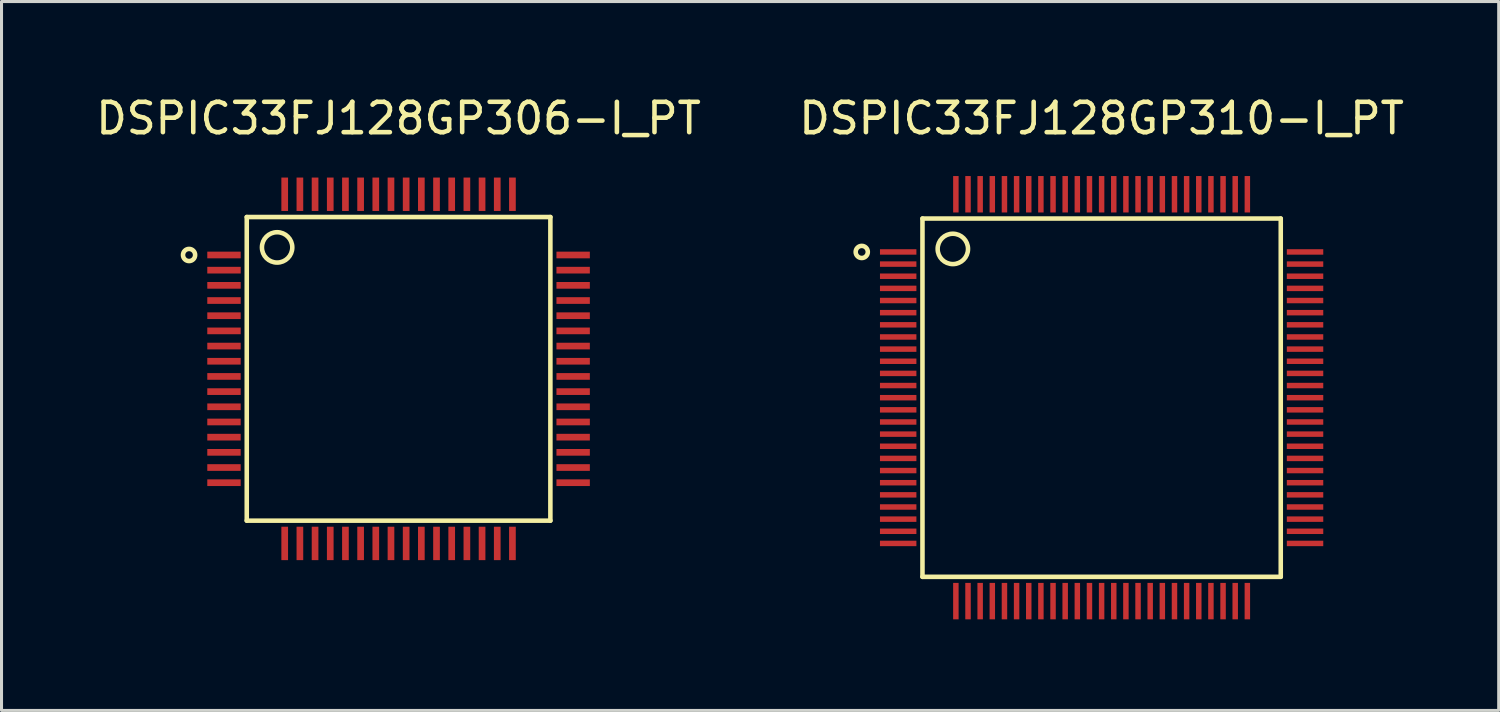
<source format=kicad_pcb>
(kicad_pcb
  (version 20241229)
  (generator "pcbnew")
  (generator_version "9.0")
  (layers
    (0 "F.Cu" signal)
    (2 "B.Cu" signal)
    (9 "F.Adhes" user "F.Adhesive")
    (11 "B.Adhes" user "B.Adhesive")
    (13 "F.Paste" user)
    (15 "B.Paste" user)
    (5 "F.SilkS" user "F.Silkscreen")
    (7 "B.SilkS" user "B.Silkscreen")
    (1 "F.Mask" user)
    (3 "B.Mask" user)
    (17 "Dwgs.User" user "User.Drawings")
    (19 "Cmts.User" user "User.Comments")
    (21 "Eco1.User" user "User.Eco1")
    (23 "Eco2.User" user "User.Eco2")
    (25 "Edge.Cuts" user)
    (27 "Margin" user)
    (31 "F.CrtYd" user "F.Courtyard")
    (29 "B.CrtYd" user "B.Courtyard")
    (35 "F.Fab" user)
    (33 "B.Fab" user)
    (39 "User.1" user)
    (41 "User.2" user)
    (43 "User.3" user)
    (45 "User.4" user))
  (footprint "DSPIC33FJ128GP310-I_PT"
    (layer "F.Cu")
    (at 26.532 3.348)
    (property "Reference" "DSPIC33FJ128GP310-I_PT" (at 6.7 -2.5 0) (layer "F.SilkS") (effects (font (size 1 1) (thickness 0.15))))
    (attr through_hole)
    (fp_line (start 0.8 0.8) (end 0.8 12.6) (stroke (width 0.15) (type solid)) (layer "F.SilkS"))
    (fp_line (start 0.8 0.8) (end 12.6 0.8) (stroke (width 0.15) (type solid)) (layer "F.SilkS"))
    (fp_line (start 0.8 12.6) (end 12.6 12.6) (stroke (width 0.15) (type solid)) (layer "F.SilkS"))
    (fp_line (start 12.6 12.6) (end 12.6 0.8) (stroke (width 0.15) (type solid)) (layer "F.SilkS"))
    (fp_circle (center -1.2 1.9) (end -1.2 1.7) (stroke (width 0.15) (type solid)) (fill no) (layer "F.SilkS"))
    (fp_circle (center 1.8 1.8) (end 1.8 1.3) (stroke (width 0.15) (type solid)) (fill no) (layer "F.SilkS"))
    (pad "1" smd rect (at 0 1.9) (size 1.2 0.18) (layers "F.Cu" "F.Mask" "F.Paste"))
    (pad "2" smd rect (at 0 2.3) (size 1.2 0.18) (layers "F.Cu" "F.Mask" "F.Paste"))
    (pad "3" smd rect (at 0 2.7) (size 1.2 0.18) (layers "F.Cu" "F.Mask" "F.Paste"))
    (pad "4" smd rect (at 0 3.1) (size 1.2 0.18) (layers "F.Cu" "F.Mask" "F.Paste"))
    (pad "5" smd rect (at 0 3.5) (size 1.2 0.18) (layers "F.Cu" "F.Mask" "F.Paste"))
    (pad "6" smd rect (at 0 3.9) (size 1.2 0.18) (layers "F.Cu" "F.Mask" "F.Paste"))
    (pad "7" smd rect (at 0 4.3) (size 1.2 0.18) (layers "F.Cu" "F.Mask" "F.Paste"))
    (pad "8" smd rect (at 0 4.7) (size 1.2 0.18) (layers "F.Cu" "F.Mask" "F.Paste"))
    (pad "9" smd rect (at 0 5.1) (size 1.2 0.18) (layers "F.Cu" "F.Mask" "F.Paste"))
    (pad "10" smd rect (at 0 5.5) (size 1.2 0.18) (layers "F.Cu" "F.Mask" "F.Paste"))
    (pad "11" smd rect (at 0 5.9) (size 1.2 0.18) (layers "F.Cu" "F.Mask" "F.Paste"))
    (pad "12" smd rect (at 0 6.3) (size 1.2 0.18) (layers "F.Cu" "F.Mask" "F.Paste"))
    (pad "13" smd rect (at 0 6.7) (size 1.2 0.18) (layers "F.Cu" "F.Mask" "F.Paste"))
    (pad "14" smd rect (at 0 7.1) (size 1.2 0.18) (layers "F.Cu" "F.Mask" "F.Paste"))
    (pad "15" smd rect (at 0 7.5) (size 1.2 0.18) (layers "F.Cu" "F.Mask" "F.Paste"))
    (pad "16" smd rect (at 0 7.9) (size 1.2 0.18) (layers "F.Cu" "F.Mask" "F.Paste"))
    (pad "17" smd rect (at 0 8.3) (size 1.2 0.18) (layers "F.Cu" "F.Mask" "F.Paste"))
    (pad "18" smd rect (at 0 8.7) (size 1.2 0.18) (layers "F.Cu" "F.Mask" "F.Paste"))
    (pad "19" smd rect (at 0 9.1) (size 1.2 0.18) (layers "F.Cu" "F.Mask" "F.Paste"))
    (pad "20" smd rect (at 0 9.5) (size 1.2 0.18) (layers "F.Cu" "F.Mask" "F.Paste"))
    (pad "21" smd rect (at 0 9.9) (size 1.2 0.18) (layers "F.Cu" "F.Mask" "F.Paste"))
    (pad "22" smd rect (at 0 10.3) (size 1.2 0.18) (layers "F.Cu" "F.Mask" "F.Paste"))
    (pad "23" smd rect (at 0 10.7) (size 1.2 0.18) (layers "F.Cu" "F.Mask" "F.Paste"))
    (pad "24" smd rect (at 0 11.1) (size 1.2 0.18) (layers "F.Cu" "F.Mask" "F.Paste"))
    (pad "25" smd rect (at 0 11.5) (size 1.2 0.18) (layers "F.Cu" "F.Mask" "F.Paste"))
    (pad "26" smd rect (at 1.9 13.4) (size 0.18 1.2) (layers "F.Cu" "F.Mask" "F.Paste"))
    (pad "27" smd rect (at 2.3 13.4) (size 0.18 1.2) (layers "F.Cu" "F.Mask" "F.Paste"))
    (pad "28" smd rect (at 2.7 13.4) (size 0.18 1.2) (layers "F.Cu" "F.Mask" "F.Paste"))
    (pad "29" smd rect (at 3.1 13.4) (size 0.18 1.2) (layers "F.Cu" "F.Mask" "F.Paste"))
    (pad "30" smd rect (at 3.5 13.4) (size 0.18 1.2) (layers "F.Cu" "F.Mask" "F.Paste"))
    (pad "31" smd rect (at 3.9 13.4) (size 0.18 1.2) (layers "F.Cu" "F.Mask" "F.Paste"))
    (pad "32" smd rect (at 4.3 13.4) (size 0.18 1.2) (layers "F.Cu" "F.Mask" "F.Paste"))
    (pad "33" smd rect (at 4.7 13.4) (size 0.18 1.2) (layers "F.Cu" "F.Mask" "F.Paste"))
    (pad "34" smd rect (at 5.1 13.4) (size 0.18 1.2) (layers "F.Cu" "F.Mask" "F.Paste"))
    (pad "35" smd rect (at 5.5 13.4) (size 0.18 1.2) (layers "F.Cu" "F.Mask" "F.Paste"))
    (pad "36" smd rect (at 5.9 13.4) (size 0.18 1.2) (layers "F.Cu" "F.Mask" "F.Paste"))
    (pad "37" smd rect (at 6.3 13.4) (size 0.18 1.2) (layers "F.Cu" "F.Mask" "F.Paste"))
    (pad "38" smd rect (at 6.7 13.4) (size 0.18 1.2) (layers "F.Cu" "F.Mask" "F.Paste"))
    (pad "39" smd rect (at 7.1 13.4) (size 0.18 1.2) (layers "F.Cu" "F.Mask" "F.Paste"))
    (pad "40" smd rect (at 7.5 13.4) (size 0.18 1.2) (layers "F.Cu" "F.Mask" "F.Paste"))
    (pad "41" smd rect (at 7.9 13.4) (size 0.18 1.2) (layers "F.Cu" "F.Mask" "F.Paste"))
    (pad "42" smd rect (at 8.3 13.4) (size 0.18 1.2) (layers "F.Cu" "F.Mask" "F.Paste"))
    (pad "43" smd rect (at 8.7 13.4) (size 0.18 1.2) (layers "F.Cu" "F.Mask" "F.Paste"))
    (pad "44" smd rect (at 9.1 13.4) (size 0.18 1.2) (layers "F.Cu" "F.Mask" "F.Paste"))
    (pad "45" smd rect (at 9.5 13.4) (size 0.18 1.2) (layers "F.Cu" "F.Mask" "F.Paste"))
    (pad "46" smd rect (at 9.9 13.4) (size 0.18 1.2) (layers "F.Cu" "F.Mask" "F.Paste"))
    (pad "47" smd rect (at 10.3 13.4) (size 0.18 1.2) (layers "F.Cu" "F.Mask" "F.Paste"))
    (pad "48" smd rect (at 10.7 13.4) (size 0.18 1.2) (layers "F.Cu" "F.Mask" "F.Paste"))
    (pad "49" smd rect (at 11.1 13.4) (size 0.18 1.2) (layers "F.Cu" "F.Mask" "F.Paste"))
    (pad "50" smd rect (at 11.5 13.4) (size 0.18 1.2) (layers "F.Cu" "F.Mask" "F.Paste"))
    (pad "51" smd rect (at 13.4 11.5) (size 1.2 0.18) (layers "F.Cu" "F.Mask" "F.Paste"))
    (pad "52" smd rect (at 13.4 11.1) (size 1.2 0.18) (layers "F.Cu" "F.Mask" "F.Paste"))
    (pad "53" smd rect (at 13.4 10.7) (size 1.2 0.18) (layers "F.Cu" "F.Mask" "F.Paste"))
    (pad "54" smd rect (at 13.4 10.3) (size 1.2 0.18) (layers "F.Cu" "F.Mask" "F.Paste"))
    (pad "55" smd rect (at 13.4 9.9) (size 1.2 0.18) (layers "F.Cu" "F.Mask" "F.Paste"))
    (pad "56" smd rect (at 13.4 9.5) (size 1.2 0.18) (layers "F.Cu" "F.Mask" "F.Paste"))
    (pad "57" smd rect (at 13.4 9.1) (size 1.2 0.18) (layers "F.Cu" "F.Mask" "F.Paste"))
    (pad "58" smd rect (at 13.4 8.7) (size 1.2 0.18) (layers "F.Cu" "F.Mask" "F.Paste"))
    (pad "59" smd rect (at 13.4 8.3) (size 1.2 0.18) (layers "F.Cu" "F.Mask" "F.Paste"))
    (pad "60" smd rect (at 13.4 7.9) (size 1.2 0.18) (layers "F.Cu" "F.Mask" "F.Paste"))
    (pad "61" smd rect (at 13.4 7.5) (size 1.2 0.18) (layers "F.Cu" "F.Mask" "F.Paste"))
    (pad "62" smd rect (at 13.4 7.1) (size 1.2 0.18) (layers "F.Cu" "F.Mask" "F.Paste"))
    (pad "63" smd rect (at 13.4 6.7) (size 1.2 0.18) (layers "F.Cu" "F.Mask" "F.Paste"))
    (pad "64" smd rect (at 13.4 6.3) (size 1.2 0.18) (layers "F.Cu" "F.Mask" "F.Paste"))
    (pad "65" smd rect (at 13.4 5.9) (size 1.2 0.18) (layers "F.Cu" "F.Mask" "F.Paste"))
    (pad "66" smd rect (at 13.4 5.5) (size 1.2 0.18) (layers "F.Cu" "F.Mask" "F.Paste"))
    (pad "67" smd rect (at 13.4 5.1) (size 1.2 0.18) (layers "F.Cu" "F.Mask" "F.Paste"))
    (pad "68" smd rect (at 13.4 4.7) (size 1.2 0.18) (layers "F.Cu" "F.Mask" "F.Paste"))
    (pad "69" smd rect (at 13.4 4.3) (size 1.2 0.18) (layers "F.Cu" "F.Mask" "F.Paste"))
    (pad "70" smd rect (at 13.4 3.9) (size 1.2 0.18) (layers "F.Cu" "F.Mask" "F.Paste"))
    (pad "71" smd rect (at 13.4 3.5) (size 1.2 0.18) (layers "F.Cu" "F.Mask" "F.Paste"))
    (pad "72" smd rect (at 13.4 3.1) (size 1.2 0.18) (layers "F.Cu" "F.Mask" "F.Paste"))
    (pad "73" smd rect (at 13.4 2.7) (size 1.2 0.18) (layers "F.Cu" "F.Mask" "F.Paste"))
    (pad "74" smd rect (at 13.4 2.3) (size 1.2 0.18) (layers "F.Cu" "F.Mask" "F.Paste"))
    (pad "75" smd rect (at 13.4 1.9) (size 1.2 0.18) (layers "F.Cu" "F.Mask" "F.Paste"))
    (pad "76" smd rect (at 11.5 0) (size 0.18 1.2) (layers "F.Cu" "F.Mask" "F.Paste"))
    (pad "77" smd rect (at 11.1 0) (size 0.18 1.2) (layers "F.Cu" "F.Mask" "F.Paste"))
    (pad "78" smd rect (at 10.7 0) (size 0.18 1.2) (layers "F.Cu" "F.Mask" "F.Paste"))
    (pad "79" smd rect (at 10.3 0) (size 0.18 1.2) (layers "F.Cu" "F.Mask" "F.Paste"))
    (pad "80" smd rect (at 9.9 0) (size 0.18 1.2) (layers "F.Cu" "F.Mask" "F.Paste"))
    (pad "81" smd rect (at 9.5 0) (size 0.18 1.2) (layers "F.Cu" "F.Mask" "F.Paste"))
    (pad "82" smd rect (at 9.1 0) (size 0.18 1.2) (layers "F.Cu" "F.Mask" "F.Paste"))
    (pad "83" smd rect (at 8.7 0) (size 0.18 1.2) (layers "F.Cu" "F.Mask" "F.Paste"))
    (pad "84" smd rect (at 8.3 0) (size 0.18 1.2) (layers "F.Cu" "F.Mask" "F.Paste"))
    (pad "85" smd rect (at 7.9 0) (size 0.18 1.2) (layers "F.Cu" "F.Mask" "F.Paste"))
    (pad "86" smd rect (at 7.5 0) (size 0.18 1.2) (layers "F.Cu" "F.Mask" "F.Paste"))
    (pad "87" smd rect (at 7.1 0) (size 0.18 1.2) (layers "F.Cu" "F.Mask" "F.Paste"))
    (pad "88" smd rect (at 6.7 0) (size 0.18 1.2) (layers "F.Cu" "F.Mask" "F.Paste"))
    (pad "89" smd rect (at 6.3 0) (size 0.18 1.2) (layers "F.Cu" "F.Mask" "F.Paste"))
    (pad "90" smd rect (at 5.9 0) (size 0.18 1.2) (layers "F.Cu" "F.Mask" "F.Paste"))
    (pad "91" smd rect (at 5.5 0) (size 0.18 1.2) (layers "F.Cu" "F.Mask" "F.Paste"))
    (pad "92" smd rect (at 5.1 0) (size 0.18 1.2) (layers "F.Cu" "F.Mask" "F.Paste"))
    (pad "93" smd rect (at 4.7 0) (size 0.18 1.2) (layers "F.Cu" "F.Mask" "F.Paste"))
    (pad "94" smd rect (at 4.3 0) (size 0.18 1.2) (layers "F.Cu" "F.Mask" "F.Paste"))
    (pad "95" smd rect (at 3.9 0) (size 0.18 1.2) (layers "F.Cu" "F.Mask" "F.Paste"))
    (pad "96" smd rect (at 3.5 0) (size 0.18 1.2) (layers "F.Cu" "F.Mask" "F.Paste"))
    (pad "97" smd rect (at 3.1 0) (size 0.18 1.2) (layers "F.Cu" "F.Mask" "F.Paste"))
    (pad "98" smd rect (at 2.7 0) (size 0.18 1.2) (layers "F.Cu" "F.Mask" "F.Paste"))
    (pad "99" smd rect (at 2.3 0) (size 0.18 1.2) (layers "F.Cu" "F.Mask" "F.Paste"))
    (pad "100" smd rect (at 1.9 0) (size 0.18 1.2) (layers "F.Cu" "F.Mask" "F.Paste")))
  (footprint "DSPIC33FJ128GP306-I_PT"
    (layer "F.Cu")
    (at 4.327 3.348)
    (property "Reference" "DSPIC33FJ128GP306-I_PT" (at 5.75 -2.5 0) (layer "F.SilkS") (effects (font (size 1 1) (thickness 0.15))))
    (attr through_hole)
    (fp_line (start 0.75 0.75) (end 0.75 10.75) (stroke (width 0.15) (type solid)) (layer "F.SilkS"))
    (fp_line (start 0.75 0.75) (end 10.75 0.75) (stroke (width 0.15) (type solid)) (layer "F.SilkS"))
    (fp_line (start 0.75 10.75) (end 10.75 10.75) (stroke (width 0.15) (type solid)) (layer "F.SilkS"))
    (fp_line (start 10.75 10.75) (end 10.75 0.75) (stroke (width 0.15) (type solid)) (layer "F.SilkS"))
    (fp_circle (center -1.15 2) (end -1.15 1.8) (stroke (width 0.15) (type solid)) (fill no) (layer "F.SilkS"))
    (fp_circle (center 1.75 1.75) (end 1.75 1.25) (stroke (width 0.15) (type solid)) (fill no) (layer "F.SilkS"))
    (pad "1" smd rect (at 0 2) (size 1.1 0.22) (layers "F.Cu" "F.Mask" "F.Paste"))
    (pad "2" smd rect (at 0 2.5) (size 1.1 0.22) (layers "F.Cu" "F.Mask" "F.Paste"))
    (pad "3" smd rect (at 0 3) (size 1.1 0.22) (layers "F.Cu" "F.Mask" "F.Paste"))
    (pad "4" smd rect (at 0 3.5) (size 1.1 0.22) (layers "F.Cu" "F.Mask" "F.Paste"))
    (pad "5" smd rect (at 0 4) (size 1.1 0.22) (layers "F.Cu" "F.Mask" "F.Paste"))
    (pad "6" smd rect (at 0 4.5) (size 1.1 0.22) (layers "F.Cu" "F.Mask" "F.Paste"))
    (pad "7" smd rect (at 0 5) (size 1.1 0.22) (layers "F.Cu" "F.Mask" "F.Paste"))
    (pad "8" smd rect (at 0 5.5) (size 1.1 0.22) (layers "F.Cu" "F.Mask" "F.Paste"))
    (pad "9" smd rect (at 0 6) (size 1.1 0.22) (layers "F.Cu" "F.Mask" "F.Paste"))
    (pad "10" smd rect (at 0 6.5) (size 1.1 0.22) (layers "F.Cu" "F.Mask" "F.Paste"))
    (pad "11" smd rect (at 0 7) (size 1.1 0.22) (layers "F.Cu" "F.Mask" "F.Paste"))
    (pad "12" smd rect (at 0 7.5) (size 1.1 0.22) (layers "F.Cu" "F.Mask" "F.Paste"))
    (pad "13" smd rect (at 0 8) (size 1.1 0.22) (layers "F.Cu" "F.Mask" "F.Paste"))
    (pad "14" smd rect (at 0 8.5) (size 1.1 0.22) (layers "F.Cu" "F.Mask" "F.Paste"))
    (pad "15" smd rect (at 0 9) (size 1.1 0.22) (layers "F.Cu" "F.Mask" "F.Paste"))
    (pad "16" smd rect (at 0 9.5) (size 1.1 0.22) (layers "F.Cu" "F.Mask" "F.Paste"))
    (pad "17" smd rect (at 2 11.5) (size 0.22 1.1) (layers "F.Cu" "F.Mask" "F.Paste"))
    (pad "18" smd rect (at 2.5 11.5) (size 0.22 1.1) (layers "F.Cu" "F.Mask" "F.Paste"))
    (pad "19" smd rect (at 3 11.5) (size 0.22 1.1) (layers "F.Cu" "F.Mask" "F.Paste"))
    (pad "20" smd rect (at 3.5 11.5) (size 0.22 1.1) (layers "F.Cu" "F.Mask" "F.Paste"))
    (pad "21" smd rect (at 4 11.5) (size 0.22 1.1) (layers "F.Cu" "F.Mask" "F.Paste"))
    (pad "22" smd rect (at 4.5 11.5) (size 0.22 1.1) (layers "F.Cu" "F.Mask" "F.Paste"))
    (pad "23" smd rect (at 5 11.5) (size 0.22 1.1) (layers "F.Cu" "F.Mask" "F.Paste"))
    (pad "24" smd rect (at 5.5 11.5) (size 0.22 1.1) (layers "F.Cu" "F.Mask" "F.Paste"))
    (pad "25" smd rect (at 6 11.5) (size 0.22 1.1) (layers "F.Cu" "F.Mask" "F.Paste"))
    (pad "26" smd rect (at 6.5 11.5) (size 0.22 1.1) (layers "F.Cu" "F.Mask" "F.Paste"))
    (pad "27" smd rect (at 7 11.5) (size 0.22 1.1) (layers "F.Cu" "F.Mask" "F.Paste"))
    (pad "28" smd rect (at 7.5 11.5) (size 0.22 1.1) (layers "F.Cu" "F.Mask" "F.Paste"))
    (pad "29" smd rect (at 8 11.5) (size 0.22 1.1) (layers "F.Cu" "F.Mask" "F.Paste"))
    (pad "30" smd rect (at 8.5 11.5) (size 0.22 1.1) (layers "F.Cu" "F.Mask" "F.Paste"))
    (pad "31" smd rect (at 9 11.5) (size 0.22 1.1) (layers "F.Cu" "F.Mask" "F.Paste"))
    (pad "32" smd rect (at 9.5 11.5) (size 0.22 1.1) (layers "F.Cu" "F.Mask" "F.Paste"))
    (pad "33" smd rect (at 11.5 9.5) (size 1.1 0.22) (layers "F.Cu" "F.Mask" "F.Paste"))
    (pad "34" smd rect (at 11.5 9) (size 1.1 0.22) (layers "F.Cu" "F.Mask" "F.Paste"))
    (pad "35" smd rect (at 11.5 8.5) (size 1.1 0.22) (layers "F.Cu" "F.Mask" "F.Paste"))
    (pad "36" smd rect (at 11.5 8) (size 1.1 0.22) (layers "F.Cu" "F.Mask" "F.Paste"))
    (pad "37" smd rect (at 11.5 7.5) (size 1.1 0.22) (layers "F.Cu" "F.Mask" "F.Paste"))
    (pad "38" smd rect (at 11.5 7) (size 1.1 0.22) (layers "F.Cu" "F.Mask" "F.Paste"))
    (pad "39" smd rect (at 11.5 6.5) (size 1.1 0.22) (layers "F.Cu" "F.Mask" "F.Paste"))
    (pad "40" smd rect (at 11.5 6) (size 1.1 0.22) (layers "F.Cu" "F.Mask" "F.Paste"))
    (pad "41" smd rect (at 11.5 5.5) (size 1.1 0.22) (layers "F.Cu" "F.Mask" "F.Paste"))
    (pad "42" smd rect (at 11.5 5) (size 1.1 0.22) (layers "F.Cu" "F.Mask" "F.Paste"))
    (pad "43" smd rect (at 11.5 4.5) (size 1.1 0.22) (layers "F.Cu" "F.Mask" "F.Paste"))
    (pad "44" smd rect (at 11.5 4) (size 1.1 0.22) (layers "F.Cu" "F.Mask" "F.Paste"))
    (pad "45" smd rect (at 11.5 3.5) (size 1.1 0.22) (layers "F.Cu" "F.Mask" "F.Paste"))
    (pad "46" smd rect (at 11.5 3) (size 1.1 0.22) (layers "F.Cu" "F.Mask" "F.Paste"))
    (pad "47" smd rect (at 11.5 2.5) (size 1.1 0.22) (layers "F.Cu" "F.Mask" "F.Paste"))
    (pad "48" smd rect (at 11.5 2) (size 1.1 0.22) (layers "F.Cu" "F.Mask" "F.Paste"))
    (pad "49" smd rect (at 9.5 0) (size 0.22 1.1) (layers "F.Cu" "F.Mask" "F.Paste"))
    (pad "50" smd rect (at 9 0) (size 0.22 1.1) (layers "F.Cu" "F.Mask" "F.Paste"))
    (pad "51" smd rect (at 8.5 0) (size 0.22 1.1) (layers "F.Cu" "F.Mask" "F.Paste"))
    (pad "52" smd rect (at 8 0) (size 0.22 1.1) (layers "F.Cu" "F.Mask" "F.Paste"))
    (pad "53" smd rect (at 7.5 0) (size 0.22 1.1) (layers "F.Cu" "F.Mask" "F.Paste"))
    (pad "54" smd rect (at 7 0) (size 0.22 1.1) (layers "F.Cu" "F.Mask" "F.Paste"))
    (pad "55" smd rect (at 6.5 0) (size 0.22 1.1) (layers "F.Cu" "F.Mask" "F.Paste"))
    (pad "56" smd rect (at 6 0) (size 0.22 1.1) (layers "F.Cu" "F.Mask" "F.Paste"))
    (pad "57" smd rect (at 5.5 0) (size 0.22 1.1) (layers "F.Cu" "F.Mask" "F.Paste"))
    (pad "58" smd rect (at 5 0) (size 0.22 1.1) (layers "F.Cu" "F.Mask" "F.Paste"))
    (pad "59" smd rect (at 4.5 0) (size 0.22 1.1) (layers "F.Cu" "F.Mask" "F.Paste"))
    (pad "60" smd rect (at 4 0) (size 0.22 1.1) (layers "F.Cu" "F.Mask" "F.Paste"))
    (pad "61" smd rect (at 3.5 0) (size 0.22 1.1) (layers "F.Cu" "F.Mask" "F.Paste"))
    (pad "62" smd rect (at 3 0) (size 0.22 1.1) (layers "F.Cu" "F.Mask" "F.Paste"))
    (pad "63" smd rect (at 2.5 0) (size 0.22 1.1) (layers "F.Cu" "F.Mask" "F.Paste"))
    (pad "64" smd rect (at 2 0) (size 0.22 1.1) (layers "F.Cu" "F.Mask" "F.Paste")))
  (gr_rect
    (start -3 -3)
    (end 46.31 20.348)
    (stroke (width 0.1) (type default))
    (fill no)
    (layer "Edge.Cuts")))
</source>
